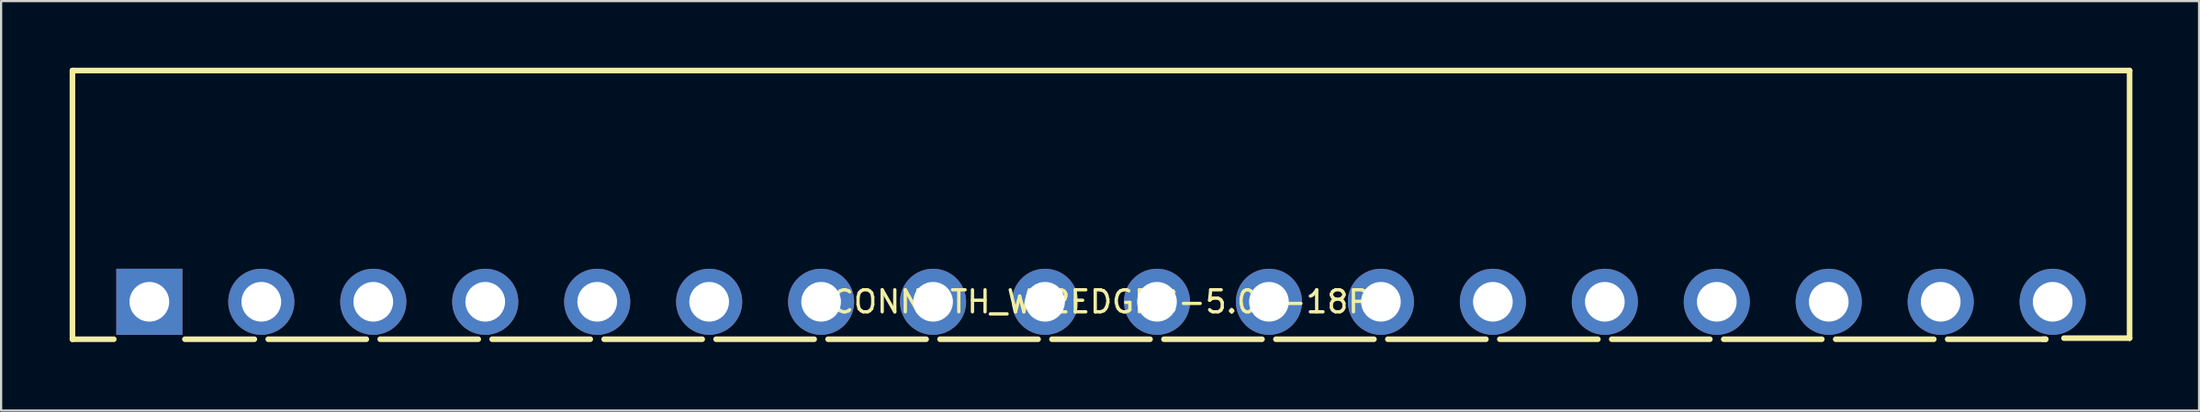
<source format=kicad_pcb>
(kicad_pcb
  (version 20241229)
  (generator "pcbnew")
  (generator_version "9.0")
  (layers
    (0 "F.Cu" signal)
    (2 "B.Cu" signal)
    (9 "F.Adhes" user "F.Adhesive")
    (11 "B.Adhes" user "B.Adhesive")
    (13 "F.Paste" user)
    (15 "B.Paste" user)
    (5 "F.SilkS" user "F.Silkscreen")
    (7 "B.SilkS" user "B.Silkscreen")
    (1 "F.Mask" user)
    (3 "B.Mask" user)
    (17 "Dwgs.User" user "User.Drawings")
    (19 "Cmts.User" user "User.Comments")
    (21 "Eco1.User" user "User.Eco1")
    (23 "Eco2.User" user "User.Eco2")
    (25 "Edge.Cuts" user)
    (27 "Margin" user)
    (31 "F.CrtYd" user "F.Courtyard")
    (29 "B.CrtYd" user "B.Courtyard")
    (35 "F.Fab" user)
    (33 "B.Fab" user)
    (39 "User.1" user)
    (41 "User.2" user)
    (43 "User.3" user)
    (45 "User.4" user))
  (footprint "CONN-TH_WJ2EDGRC-5.08-18P"
    (layer "F.Cu")
    (at 46.907 10.652)
    (property "Reference" "CONN-TH_WJ2EDGRC-5.08-18P" (at 0 0 0) (unlocked yes) (layer "F.SilkS") (effects (font (size 1 1) (thickness 0.15))))
    (fp_line (start -46.67 -10.5) (end -46.67 1.7) (stroke (width 0.254) (type default)) (layer "F.SilkS"))
    (fp_line (start -46.67 -10.5) (end 46.67 -10.5) (stroke (width 0.254) (type default)) (layer "F.SilkS"))
    (fp_line (start -46.67 1.7) (end -44.794 1.7) (stroke (width 0.254) (type default)) (layer "F.SilkS"))
    (fp_line (start -41.566 1.7) (end -38.416 1.7) (stroke (width 0.254) (type default)) (layer "F.SilkS"))
    (fp_line (start -37.785 1.7) (end -33.336 1.7) (stroke (width 0.254) (type default)) (layer "F.SilkS"))
    (fp_line (start -32.705 1.7) (end -28.256 1.7) (stroke (width 0.254) (type default)) (layer "F.SilkS"))
    (fp_line (start -27.625 1.7) (end -23.175 1.7) (stroke (width 0.254) (type default)) (layer "F.SilkS"))
    (fp_line (start -22.544 1.7) (end -18.096 1.7) (stroke (width 0.254) (type default)) (layer "F.SilkS"))
    (fp_line (start -17.465 1.7) (end -13.015 1.7) (stroke (width 0.254) (type default)) (layer "F.SilkS"))
    (fp_line (start -12.384 1.7) (end -7.936 1.7) (stroke (width 0.254) (type default)) (layer "F.SilkS"))
    (fp_line (start -7.304 1.7) (end -2.856 1.7) (stroke (width 0.254) (type default)) (layer "F.SilkS"))
    (fp_line (start -2.224 1.7) (end 2.224 1.7) (stroke (width 0.254) (type default)) (layer "F.SilkS"))
    (fp_line (start 2.856 1.7) (end 7.304 1.7) (stroke (width 0.254) (type default)) (layer "F.SilkS"))
    (fp_line (start 7.936 1.7) (end 12.384 1.7) (stroke (width 0.254) (type default)) (layer "F.SilkS"))
    (fp_line (start 13.015 1.7) (end 17.465 1.7) (stroke (width 0.254) (type default)) (layer "F.SilkS"))
    (fp_line (start 18.096 1.7) (end 22.544 1.7) (stroke (width 0.254) (type default)) (layer "F.SilkS"))
    (fp_line (start 23.175 1.7) (end 27.625 1.7) (stroke (width 0.254) (type default)) (layer "F.SilkS"))
    (fp_line (start 28.256 1.7) (end 32.705 1.7) (stroke (width 0.254) (type default)) (layer "F.SilkS"))
    (fp_line (start 33.336 1.7) (end 37.785 1.7) (stroke (width 0.254) (type default)) (layer "F.SilkS"))
    (fp_line (start 38.416 1.7) (end 42.864 1.7) (stroke (width 0.254) (type default)) (layer "F.SilkS"))
    (fp_line (start 42.74 1.7) (end 42.864 1.7) (stroke (width 0.254) (type default)) (layer "F.SilkS"))
    (fp_line (start 46.67 -10.5) (end 46.67 1.651) (stroke (width 0.254) (type default)) (layer "F.SilkS"))
    (fp_line (start 46.67 1.651) (end 43.694 1.651) (stroke (width 0.254) (type default)) (layer "F.SilkS"))
    (fp_poly (pts (xy -42.38 0) (xy -42.4 -0.178) (xy -42.459 -0.347) (xy -42.555 -0.499) (xy -42.681 -0.625) (xy -42.833 -0.721) (xy -43.002 -0.78) (xy -43.18 -0.8) (xy -43.358 -0.78) (xy -43.527 -0.721) (xy -43.679 -0.625) (xy -43.805 -0.499) (xy -43.901 -0.347) (xy -43.96 -0.178) (xy -43.98 0) (xy -43.96 0.178) (xy -43.901 0.347) (xy -43.805 0.499) (xy -43.679 0.625) (xy -43.527 0.721) (xy -43.358 0.78) (xy -43.18 0.8) (xy -43.002 0.78) (xy -42.833 0.721) (xy -42.681 0.625) (xy -42.555 0.499) (xy -42.459 0.347) (xy -42.4 0.178)) (stroke (width 0.1) (type default)) (fill no) (layer "User.1"))
    (fp_poly (pts (xy -37.3 0) (xy -37.32 -0.178) (xy -37.379 -0.347) (xy -37.475 -0.499) (xy -37.601 -0.625) (xy -37.753 -0.721) (xy -37.922 -0.78) (xy -38.1 -0.8) (xy -38.278 -0.78) (xy -38.447 -0.721) (xy -38.599 -0.625) (xy -38.725 -0.499) (xy -38.821 -0.347) (xy -38.88 -0.178) (xy -38.9 0) (xy -38.88 0.178) (xy -38.821 0.347) (xy -38.725 0.499) (xy -38.599 0.625) (xy -38.447 0.721) (xy -38.278 0.78) (xy -38.1 0.8) (xy -37.922 0.78) (xy -37.753 0.721) (xy -37.601 0.625) (xy -37.475 0.499) (xy -37.379 0.347) (xy -37.32 0.178)) (stroke (width 0.1) (type default)) (fill no) (layer "User.1"))
    (fp_poly (pts (xy -32.22 0) (xy -32.24 -0.178) (xy -32.299 -0.347) (xy -32.395 -0.499) (xy -32.521 -0.625) (xy -32.673 -0.721) (xy -32.842 -0.78) (xy -33.02 -0.8) (xy -33.198 -0.78) (xy -33.367 -0.721) (xy -33.519 -0.625) (xy -33.645 -0.499) (xy -33.741 -0.347) (xy -33.8 -0.178) (xy -33.82 0) (xy -33.8 0.178) (xy -33.741 0.347) (xy -33.645 0.499) (xy -33.519 0.625) (xy -33.367 0.721) (xy -33.198 0.78) (xy -33.02 0.8) (xy -32.842 0.78) (xy -32.673 0.721) (xy -32.521 0.625) (xy -32.395 0.499) (xy -32.299 0.347) (xy -32.24 0.178)) (stroke (width 0.1) (type default)) (fill no) (layer "User.1"))
    (fp_poly (pts (xy -27.14 0) (xy -27.16 -0.178) (xy -27.219 -0.347) (xy -27.315 -0.499) (xy -27.441 -0.625) (xy -27.593 -0.721) (xy -27.762 -0.78) (xy -27.94 -0.8) (xy -28.118 -0.78) (xy -28.287 -0.721) (xy -28.439 -0.625) (xy -28.565 -0.499) (xy -28.661 -0.347) (xy -28.72 -0.178) (xy -28.74 0) (xy -28.72 0.178) (xy -28.661 0.347) (xy -28.565 0.499) (xy -28.439 0.625) (xy -28.287 0.721) (xy -28.118 0.78) (xy -27.94 0.8) (xy -27.762 0.78) (xy -27.593 0.721) (xy -27.441 0.625) (xy -27.315 0.499) (xy -27.219 0.347) (xy -27.16 0.178)) (stroke (width 0.1) (type default)) (fill no) (layer "User.1"))
    (fp_poly (pts (xy -22.06 0) (xy -22.08 -0.178) (xy -22.139 -0.347) (xy -22.235 -0.499) (xy -22.361 -0.625) (xy -22.513 -0.721) (xy -22.682 -0.78) (xy -22.86 -0.8) (xy -23.038 -0.78) (xy -23.207 -0.721) (xy -23.359 -0.625) (xy -23.485 -0.499) (xy -23.581 -0.347) (xy -23.64 -0.178) (xy -23.66 0) (xy -23.64 0.178) (xy -23.581 0.347) (xy -23.485 0.499) (xy -23.359 0.625) (xy -23.207 0.721) (xy -23.038 0.78) (xy -22.86 0.8) (xy -22.682 0.78) (xy -22.513 0.721) (xy -22.361 0.625) (xy -22.235 0.499) (xy -22.139 0.347) (xy -22.08 0.178)) (stroke (width 0.1) (type default)) (fill no) (layer "User.1"))
    (fp_poly (pts (xy -16.98 0) (xy -17 -0.178) (xy -17.059 -0.347) (xy -17.155 -0.499) (xy -17.281 -0.625) (xy -17.433 -0.721) (xy -17.602 -0.78) (xy -17.78 -0.8) (xy -17.958 -0.78) (xy -18.127 -0.721) (xy -18.279 -0.625) (xy -18.405 -0.499) (xy -18.501 -0.347) (xy -18.56 -0.178) (xy -18.58 0) (xy -18.56 0.178) (xy -18.501 0.347) (xy -18.405 0.499) (xy -18.279 0.625) (xy -18.127 0.721) (xy -17.958 0.78) (xy -17.78 0.8) (xy -17.602 0.78) (xy -17.433 0.721) (xy -17.281 0.625) (xy -17.155 0.499) (xy -17.059 0.347) (xy -17 0.178)) (stroke (width 0.1) (type default)) (fill no) (layer "User.1"))
    (fp_poly (pts (xy -11.9 0) (xy -11.92 -0.178) (xy -11.979 -0.347) (xy -12.075 -0.499) (xy -12.201 -0.625) (xy -12.353 -0.721) (xy -12.522 -0.78) (xy -12.7 -0.8) (xy -12.878 -0.78) (xy -13.047 -0.721) (xy -13.199 -0.625) (xy -13.325 -0.499) (xy -13.421 -0.347) (xy -13.48 -0.178) (xy -13.5 0) (xy -13.48 0.178) (xy -13.421 0.347) (xy -13.325 0.499) (xy -13.199 0.625) (xy -13.047 0.721) (xy -12.878 0.78) (xy -12.7 0.8) (xy -12.522 0.78) (xy -12.353 0.721) (xy -12.201 0.625) (xy -12.075 0.499) (xy -11.979 0.347) (xy -11.92 0.178)) (stroke (width 0.1) (type default)) (fill no) (layer "User.1"))
    (fp_poly (pts (xy -6.82 0) (xy -6.84 -0.178) (xy -6.899 -0.347) (xy -6.995 -0.499) (xy -7.121 -0.625) (xy -7.273 -0.721) (xy -7.442 -0.78) (xy -7.62 -0.8) (xy -7.798 -0.78) (xy -7.967 -0.721) (xy -8.119 -0.625) (xy -8.245 -0.499) (xy -8.341 -0.347) (xy -8.4 -0.178) (xy -8.42 0) (xy -8.4 0.178) (xy -8.341 0.347) (xy -8.245 0.499) (xy -8.119 0.625) (xy -7.967 0.721) (xy -7.798 0.78) (xy -7.62 0.8) (xy -7.442 0.78) (xy -7.273 0.721) (xy -7.121 0.625) (xy -6.995 0.499) (xy -6.899 0.347) (xy -6.84 0.178)) (stroke (width 0.1) (type default)) (fill no) (layer "User.1"))
    (fp_poly (pts (xy -1.74 0) (xy -1.76 -0.178) (xy -1.819 -0.347) (xy -1.915 -0.499) (xy -2.041 -0.625) (xy -2.193 -0.721) (xy -2.362 -0.78) (xy -2.54 -0.8) (xy -2.718 -0.78) (xy -2.887 -0.721) (xy -3.039 -0.625) (xy -3.165 -0.499) (xy -3.261 -0.347) (xy -3.32 -0.178) (xy -3.34 0) (xy -3.32 0.178) (xy -3.261 0.347) (xy -3.165 0.499) (xy -3.039 0.625) (xy -2.887 0.721) (xy -2.718 0.78) (xy -2.54 0.8) (xy -2.362 0.78) (xy -2.193 0.721) (xy -2.041 0.625) (xy -1.915 0.499) (xy -1.819 0.347) (xy -1.76 0.178)) (stroke (width 0.1) (type default)) (fill no) (layer "User.1"))
    (fp_poly (pts (xy 3.34 0) (xy 3.32 -0.178) (xy 3.261 -0.347) (xy 3.165 -0.499) (xy 3.039 -0.625) (xy 2.887 -0.721) (xy 2.718 -0.78) (xy 2.54 -0.8) (xy 2.362 -0.78) (xy 2.193 -0.721) (xy 2.041 -0.625) (xy 1.915 -0.499) (xy 1.819 -0.347) (xy 1.76 -0.178) (xy 1.74 0) (xy 1.76 0.178) (xy 1.819 0.347) (xy 1.915 0.499) (xy 2.041 0.625) (xy 2.193 0.721) (xy 2.362 0.78) (xy 2.54 0.8) (xy 2.718 0.78) (xy 2.887 0.721) (xy 3.039 0.625) (xy 3.165 0.499) (xy 3.261 0.347) (xy 3.32 0.178)) (stroke (width 0.1) (type default)) (fill no) (layer "User.1"))
    (fp_poly (pts (xy 8.42 0) (xy 8.4 -0.178) (xy 8.341 -0.347) (xy 8.245 -0.499) (xy 8.119 -0.625) (xy 7.967 -0.721) (xy 7.798 -0.78) (xy 7.62 -0.8) (xy 7.442 -0.78) (xy 7.273 -0.721) (xy 7.121 -0.625) (xy 6.995 -0.499) (xy 6.899 -0.347) (xy 6.84 -0.178) (xy 6.82 0) (xy 6.84 0.178) (xy 6.899 0.347) (xy 6.995 0.499) (xy 7.121 0.625) (xy 7.273 0.721) (xy 7.442 0.78) (xy 7.62 0.8) (xy 7.798 0.78) (xy 7.967 0.721) (xy 8.119 0.625) (xy 8.245 0.499) (xy 8.341 0.347) (xy 8.4 0.178)) (stroke (width 0.1) (type default)) (fill no) (layer "User.1"))
    (fp_poly (pts (xy 13.5 0) (xy 13.48 -0.178) (xy 13.421 -0.347) (xy 13.325 -0.499) (xy 13.199 -0.625) (xy 13.047 -0.721) (xy 12.878 -0.78) (xy 12.7 -0.8) (xy 12.522 -0.78) (xy 12.353 -0.721) (xy 12.201 -0.625) (xy 12.075 -0.499) (xy 11.979 -0.347) (xy 11.92 -0.178) (xy 11.9 0) (xy 11.92 0.178) (xy 11.979 0.347) (xy 12.075 0.499) (xy 12.201 0.625) (xy 12.353 0.721) (xy 12.522 0.78) (xy 12.7 0.8) (xy 12.878 0.78) (xy 13.047 0.721) (xy 13.199 0.625) (xy 13.325 0.499) (xy 13.421 0.347) (xy 13.48 0.178)) (stroke (width 0.1) (type default)) (fill no) (layer "User.1"))
    (fp_poly (pts (xy 18.58 0) (xy 18.56 -0.178) (xy 18.501 -0.347) (xy 18.405 -0.499) (xy 18.279 -0.625) (xy 18.127 -0.721) (xy 17.958 -0.78) (xy 17.78 -0.8) (xy 17.602 -0.78) (xy 17.433 -0.721) (xy 17.281 -0.625) (xy 17.155 -0.499) (xy 17.059 -0.347) (xy 17 -0.178) (xy 16.98 0) (xy 17 0.178) (xy 17.059 0.347) (xy 17.155 0.499) (xy 17.281 0.625) (xy 17.433 0.721) (xy 17.602 0.78) (xy 17.78 0.8) (xy 17.958 0.78) (xy 18.127 0.721) (xy 18.279 0.625) (xy 18.405 0.499) (xy 18.501 0.347) (xy 18.56 0.178)) (stroke (width 0.1) (type default)) (fill no) (layer "User.1"))
    (fp_poly (pts (xy 23.66 0) (xy 23.64 -0.178) (xy 23.581 -0.347) (xy 23.485 -0.499) (xy 23.359 -0.625) (xy 23.207 -0.721) (xy 23.038 -0.78) (xy 22.86 -0.8) (xy 22.682 -0.78) (xy 22.513 -0.721) (xy 22.361 -0.625) (xy 22.235 -0.499) (xy 22.139 -0.347) (xy 22.08 -0.178) (xy 22.06 0) (xy 22.08 0.178) (xy 22.139 0.347) (xy 22.235 0.499) (xy 22.361 0.625) (xy 22.513 0.721) (xy 22.682 0.78) (xy 22.86 0.8) (xy 23.038 0.78) (xy 23.207 0.721) (xy 23.359 0.625) (xy 23.485 0.499) (xy 23.581 0.347) (xy 23.64 0.178)) (stroke (width 0.1) (type default)) (fill no) (layer "User.1"))
    (fp_poly (pts (xy 28.74 0) (xy 28.72 -0.178) (xy 28.661 -0.347) (xy 28.565 -0.499) (xy 28.439 -0.625) (xy 28.287 -0.721) (xy 28.118 -0.78) (xy 27.94 -0.8) (xy 27.762 -0.78) (xy 27.593 -0.721) (xy 27.441 -0.625) (xy 27.315 -0.499) (xy 27.219 -0.347) (xy 27.16 -0.178) (xy 27.14 0) (xy 27.16 0.178) (xy 27.219 0.347) (xy 27.315 0.499) (xy 27.441 0.625) (xy 27.593 0.721) (xy 27.762 0.78) (xy 27.94 0.8) (xy 28.118 0.78) (xy 28.287 0.721) (xy 28.439 0.625) (xy 28.565 0.499) (xy 28.661 0.347) (xy 28.72 0.178)) (stroke (width 0.1) (type default)) (fill no) (layer "User.1"))
    (fp_poly (pts (xy 33.82 0) (xy 33.8 -0.178) (xy 33.741 -0.347) (xy 33.645 -0.499) (xy 33.519 -0.625) (xy 33.367 -0.721) (xy 33.198 -0.78) (xy 33.02 -0.8) (xy 32.842 -0.78) (xy 32.673 -0.721) (xy 32.521 -0.625) (xy 32.395 -0.499) (xy 32.299 -0.347) (xy 32.24 -0.178) (xy 32.22 0) (xy 32.24 0.178) (xy 32.299 0.347) (xy 32.395 0.499) (xy 32.521 0.625) (xy 32.673 0.721) (xy 32.842 0.78) (xy 33.02 0.8) (xy 33.198 0.78) (xy 33.367 0.721) (xy 33.519 0.625) (xy 33.645 0.499) (xy 33.741 0.347) (xy 33.8 0.178)) (stroke (width 0.1) (type default)) (fill no) (layer "User.1"))
    (fp_poly (pts (xy 38.9 0) (xy 38.88 -0.178) (xy 38.821 -0.347) (xy 38.725 -0.499) (xy 38.599 -0.625) (xy 38.447 -0.721) (xy 38.278 -0.78) (xy 38.1 -0.8) (xy 37.922 -0.78) (xy 37.753 -0.721) (xy 37.601 -0.625) (xy 37.475 -0.499) (xy 37.379 -0.347) (xy 37.32 -0.178) (xy 37.3 0) (xy 37.32 0.178) (xy 37.379 0.347) (xy 37.475 0.499) (xy 37.601 0.625) (xy 37.753 0.721) (xy 37.922 0.78) (xy 38.1 0.8) (xy 38.278 0.78) (xy 38.447 0.721) (xy 38.599 0.625) (xy 38.725 0.499) (xy 38.821 0.347) (xy 38.88 0.178)) (stroke (width 0.1) (type default)) (fill no) (layer "User.1"))
    (fp_poly (pts (xy 43.98 0) (xy 43.96 -0.178) (xy 43.901 -0.347) (xy 43.805 -0.499) (xy 43.679 -0.625) (xy 43.527 -0.721) (xy 43.358 -0.78) (xy 43.18 -0.8) (xy 43.002 -0.78) (xy 42.833 -0.721) (xy 42.681 -0.625) (xy 42.555 -0.499) (xy 42.459 -0.347) (xy 42.4 -0.178) (xy 42.38 0) (xy 42.4 0.178) (xy 42.459 0.347) (xy 42.555 0.499) (xy 42.681 0.625) (xy 42.833 0.721) (xy 43.002 0.78) (xy 43.18 0.8) (xy 43.358 0.78) (xy 43.527 0.721) (xy 43.679 0.625) (xy 43.805 0.499) (xy 43.901 0.347) (xy 43.96 0.178)) (stroke (width 0.1) (type default)) (fill no) (layer "User.1"))
    (fp_line (start -46.797 -10.627) (end 46.797 -10.627) (stroke (width 0.051) (type default)) (layer "User.2"))
    (fp_line (start -46.797 1.827) (end -46.797 -10.627) (stroke (width 0.051) (type default)) (layer "User.2"))
    (fp_line (start 46.797 -10.627) (end 46.797 1.827) (stroke (width 0.051) (type default)) (layer "User.2"))
    (fp_line (start 46.797 1.827) (end -46.797 1.827) (stroke (width 0.051) (type default)) (layer "User.2"))
    (fp_poly (pts (xy -46.737 1.827) (xy -46.755 1.785) (xy -46.797 1.767) (xy -46.839 1.785) (xy -46.857 1.827) (xy -46.839 1.869) (xy -46.797 1.887) (xy -46.755 1.869)) (stroke (width 0.1) (type default)) (fill no) (layer "User.3"))
    (pad "1" thru_hole rect (at -43.18 0) (size 3 3) (drill 1.8) (layers "*.Cu" "*.Mask"))
    (pad "2" thru_hole circle (at -38.1 0) (size 3 3) (drill 1.8) (layers "*.Cu" "*.Mask"))
    (pad "3" thru_hole circle (at -33.02 0) (size 3 3) (drill 1.8) (layers "*.Cu" "*.Mask"))
    (pad "4" thru_hole circle (at -27.94 0) (size 3 3) (drill 1.8) (layers "*.Cu" "*.Mask"))
    (pad "5" thru_hole circle (at -22.86 0) (size 3 3) (drill 1.8) (layers "*.Cu" "*.Mask"))
    (pad "6" thru_hole circle (at -17.78 0) (size 3 3) (drill 1.8) (layers "*.Cu" "*.Mask"))
    (pad "7" thru_hole circle (at -12.7 0) (size 3 3) (drill 1.8) (layers "*.Cu" "*.Mask"))
    (pad "8" thru_hole circle (at -7.62 0) (size 3 3) (drill 1.8) (layers "*.Cu" "*.Mask"))
    (pad "9" thru_hole circle (at -2.54 0) (size 3 3) (drill 1.8) (layers "*.Cu" "*.Mask"))
    (pad "10" thru_hole circle (at 2.54 0) (size 3 3) (drill 1.8) (layers "*.Cu" "*.Mask"))
    (pad "11" thru_hole circle (at 7.62 0) (size 3 3) (drill 1.8) (layers "*.Cu" "*.Mask"))
    (pad "12" thru_hole circle (at 12.7 0) (size 3 3) (drill 1.8) (layers "*.Cu" "*.Mask"))
    (pad "13" thru_hole circle (at 17.78 0) (size 3 3) (drill 1.8) (layers "*.Cu" "*.Mask"))
    (pad "14" thru_hole circle (at 22.86 0) (size 3 3) (drill 1.8) (layers "*.Cu" "*.Mask"))
    (pad "15" thru_hole circle (at 27.94 0) (size 3 3) (drill 1.8) (layers "*.Cu" "*.Mask"))
    (pad "16" thru_hole circle (at 33.02 0) (size 3 3) (drill 1.8) (layers "*.Cu" "*.Mask"))
    (pad "17" thru_hole circle (at 38.1 0) (size 3 3) (drill 1.8) (layers "*.Cu" "*.Mask"))
    (pad "18" thru_hole circle (at 43.18 0) (size 3 3) (drill 1.8) (layers "*.Cu" "*.Mask")))
  (gr_rect
    (start -3 -3)
    (end 96.73 15.589)
    (stroke (width 0.1) (type default))
    (fill no)
    (layer "Edge.Cuts")))
</source>
